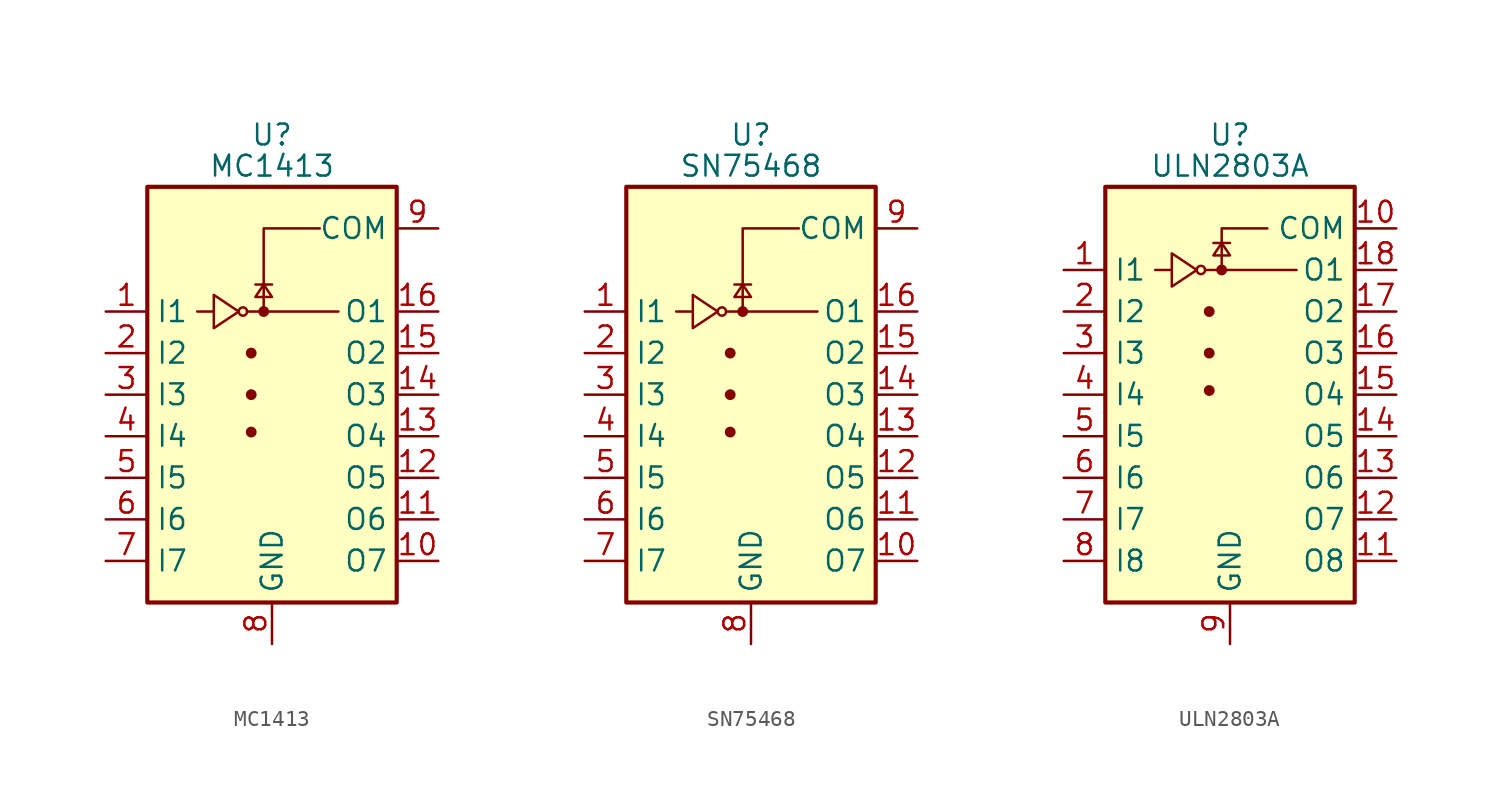
<source format=kicad_sym>
(kicad_symbol_lib
  (version 20201005)
  (generator kicad_symbol_editor)
  (symbol "MC1413"
    (property "Reference" "U"
      (at 0 15.875 0)
      (effects (font (size 1.27 1.27))))
    (property "Value" "MC1413"
      (at 0 13.97 0)
      (effects (font (size 1.27 1.27))))
    (symbol "MC1413_0_1"
      (circle (center -1.778 5.08) (radius 0.254) (stroke (width 0)) (fill (type none)))
      (circle (center -1.27 -2.286) (radius 0.254) (stroke (width 0)) (fill (type outline)))
      (circle (center -1.27 0) (radius 0.254) (stroke (width 0)) (fill (type outline)))
      (circle (center -1.27 2.54) (radius 0.254) (stroke (width 0)) (fill (type outline)))
      (circle (center -0.508 5.08) (radius 0.254) (stroke (width 0)) (fill (type outline)))
      (rectangle (start -7.62 -12.7) (end 7.62 12.7) (stroke (width 0.254)) (fill (type background)))
      (polyline (pts (xy -4.572 5.08) (xy -3.556 5.08)) (stroke (width 0)) (fill (type none)))
      (polyline (pts (xy -1.524 5.08) (xy 4.064 5.08)) (stroke (width 0)) (fill (type none)))
      (polyline (pts (xy 0 6.731) (xy -1.016 6.731)) (stroke (width 0)) (fill (type none)))
      (polyline (pts (xy -0.508 5.08) (xy -0.508 10.16) (xy 2.921 10.16)) (stroke (width 0)) (fill (type none)))
      (polyline (pts (xy -3.556 6.096) (xy -3.556 4.064) (xy -2.032 5.08) (xy -3.556 6.096)) (stroke (width 0)) (fill (type none)))
      (polyline (pts (xy 0 5.969) (xy -1.016 5.969) (xy -0.508 6.731) (xy 0 5.969)) (stroke (width 0)) (fill (type none))))
    (symbol "MC1413_1_1"
      (pin input line (at -10.16 5.08 0) (length 2.54) (name "I1" (effects (font (size 1.27 1.27)))) (number "1" (effects (font (size 1.27 1.27)))))
      (pin open_collector line (at 10.16 -10.16 180) (length 2.54) (name "O7" (effects (font (size 1.27 1.27)))) (number "10" (effects (font (size 1.27 1.27)))))
      (pin open_collector line (at 10.16 -7.62 180) (length 2.54) (name "O6" (effects (font (size 1.27 1.27)))) (number "11" (effects (font (size 1.27 1.27)))))
      (pin open_collector line (at 10.16 -5.08 180) (length 2.54) (name "O5" (effects (font (size 1.27 1.27)))) (number "12" (effects (font (size 1.27 1.27)))))
      (pin open_collector line (at 10.16 -2.54 180) (length 2.54) (name "O4" (effects (font (size 1.27 1.27)))) (number "13" (effects (font (size 1.27 1.27)))))
      (pin open_collector line (at 10.16 0 180) (length 2.54) (name "O3" (effects (font (size 1.27 1.27)))) (number "14" (effects (font (size 1.27 1.27)))))
      (pin open_collector line (at 10.16 2.54 180) (length 2.54) (name "O2" (effects (font (size 1.27 1.27)))) (number "15" (effects (font (size 1.27 1.27)))))
      (pin open_collector line (at 10.16 5.08 180) (length 2.54) (name "O1" (effects (font (size 1.27 1.27)))) (number "16" (effects (font (size 1.27 1.27)))))
      (pin input line (at -10.16 2.54 0) (length 2.54) (name "I2" (effects (font (size 1.27 1.27)))) (number "2" (effects (font (size 1.27 1.27)))))
      (pin input line (at -10.16 0 0) (length 2.54) (name "I3" (effects (font (size 1.27 1.27)))) (number "3" (effects (font (size 1.27 1.27)))))
      (pin input line (at -10.16 -2.54 0) (length 2.54) (name "I4" (effects (font (size 1.27 1.27)))) (number "4" (effects (font (size 1.27 1.27)))))
      (pin input line (at -10.16 -5.08 0) (length 2.54) (name "I5" (effects (font (size 1.27 1.27)))) (number "5" (effects (font (size 1.27 1.27)))))
      (pin input line (at -10.16 -7.62 0) (length 2.54) (name "I6" (effects (font (size 1.27 1.27)))) (number "6" (effects (font (size 1.27 1.27)))))
      (pin input line (at -10.16 -10.16 0) (length 2.54) (name "I7" (effects (font (size 1.27 1.27)))) (number "7" (effects (font (size 1.27 1.27)))))
      (pin power_in line (at 0 -15.24 90) (length 2.54) (name "GND" (effects (font (size 1.27 1.27)))) (number "8" (effects (font (size 1.27 1.27)))))
      (pin passive line (at 10.16 10.16 180) (length 2.54) (name "COM" (effects (font (size 1.27 1.27)))) (number "9" (effects (font (size 1.27 1.27)))))))
  (symbol "SN75468"
    (property "Reference" "U"
      (at 0 15.875 0)
      (effects (font (size 1.27 1.27))))
    (property "Value" "SN75468"
      (at 0 13.97 0)
      (effects (font (size 1.27 1.27))))
    (symbol "SN75468_0_1"
      (circle (center -1.778 5.08) (radius 0.254) (stroke (width 0)) (fill (type none)))
      (circle (center -1.27 -2.286) (radius 0.254) (stroke (width 0)) (fill (type outline)))
      (circle (center -1.27 0) (radius 0.254) (stroke (width 0)) (fill (type outline)))
      (circle (center -1.27 2.54) (radius 0.254) (stroke (width 0)) (fill (type outline)))
      (circle (center -0.508 5.08) (radius 0.254) (stroke (width 0)) (fill (type outline)))
      (rectangle (start -7.62 -12.7) (end 7.62 12.7) (stroke (width 0.254)) (fill (type background)))
      (polyline (pts (xy -4.572 5.08) (xy -3.556 5.08)) (stroke (width 0)) (fill (type none)))
      (polyline (pts (xy -1.524 5.08) (xy 4.064 5.08)) (stroke (width 0)) (fill (type none)))
      (polyline (pts (xy 0 6.731) (xy -1.016 6.731)) (stroke (width 0)) (fill (type none)))
      (polyline (pts (xy -0.508 5.08) (xy -0.508 10.16) (xy 2.921 10.16)) (stroke (width 0)) (fill (type none)))
      (polyline (pts (xy -3.556 6.096) (xy -3.556 4.064) (xy -2.032 5.08) (xy -3.556 6.096)) (stroke (width 0)) (fill (type none)))
      (polyline (pts (xy 0 5.969) (xy -1.016 5.969) (xy -0.508 6.731) (xy 0 5.969)) (stroke (width 0)) (fill (type none))))
    (symbol "SN75468_1_1"
      (pin input line (at -10.16 5.08 0) (length 2.54) (name "I1" (effects (font (size 1.27 1.27)))) (number "1" (effects (font (size 1.27 1.27)))))
      (pin open_collector line (at 10.16 -10.16 180) (length 2.54) (name "O7" (effects (font (size 1.27 1.27)))) (number "10" (effects (font (size 1.27 1.27)))))
      (pin open_collector line (at 10.16 -7.62 180) (length 2.54) (name "O6" (effects (font (size 1.27 1.27)))) (number "11" (effects (font (size 1.27 1.27)))))
      (pin open_collector line (at 10.16 -5.08 180) (length 2.54) (name "O5" (effects (font (size 1.27 1.27)))) (number "12" (effects (font (size 1.27 1.27)))))
      (pin open_collector line (at 10.16 -2.54 180) (length 2.54) (name "O4" (effects (font (size 1.27 1.27)))) (number "13" (effects (font (size 1.27 1.27)))))
      (pin open_collector line (at 10.16 0 180) (length 2.54) (name "O3" (effects (font (size 1.27 1.27)))) (number "14" (effects (font (size 1.27 1.27)))))
      (pin open_collector line (at 10.16 2.54 180) (length 2.54) (name "O2" (effects (font (size 1.27 1.27)))) (number "15" (effects (font (size 1.27 1.27)))))
      (pin open_collector line (at 10.16 5.08 180) (length 2.54) (name "O1" (effects (font (size 1.27 1.27)))) (number "16" (effects (font (size 1.27 1.27)))))
      (pin input line (at -10.16 2.54 0) (length 2.54) (name "I2" (effects (font (size 1.27 1.27)))) (number "2" (effects (font (size 1.27 1.27)))))
      (pin input line (at -10.16 0 0) (length 2.54) (name "I3" (effects (font (size 1.27 1.27)))) (number "3" (effects (font (size 1.27 1.27)))))
      (pin input line (at -10.16 -2.54 0) (length 2.54) (name "I4" (effects (font (size 1.27 1.27)))) (number "4" (effects (font (size 1.27 1.27)))))
      (pin input line (at -10.16 -5.08 0) (length 2.54) (name "I5" (effects (font (size 1.27 1.27)))) (number "5" (effects (font (size 1.27 1.27)))))
      (pin input line (at -10.16 -7.62 0) (length 2.54) (name "I6" (effects (font (size 1.27 1.27)))) (number "6" (effects (font (size 1.27 1.27)))))
      (pin input line (at -10.16 -10.16 0) (length 2.54) (name "I7" (effects (font (size 1.27 1.27)))) (number "7" (effects (font (size 1.27 1.27)))))
      (pin power_in line (at 0 -15.24 90) (length 2.54) (name "GND" (effects (font (size 1.27 1.27)))) (number "8" (effects (font (size 1.27 1.27)))))
      (pin passive line (at 10.16 10.16 180) (length 2.54) (name "COM" (effects (font (size 1.27 1.27)))) (number "9" (effects (font (size 1.27 1.27)))))))
  (symbol "ULN2803A"
    (property "Reference" "U"
      (at 0 13.335 0)
      (effects (font (size 1.27 1.27))))
    (property "Value" "ULN2803A"
      (at 0 11.43 0)
      (effects (font (size 1.27 1.27))))
    (symbol "ULN2803A_0_1"
      (circle (center -1.778 5.08) (radius 0.254) (stroke (width 0)) (fill (type none)))
      (circle (center -1.27 -2.286) (radius 0.254) (stroke (width 0)) (fill (type outline)))
      (circle (center -1.27 0) (radius 0.254) (stroke (width 0)) (fill (type outline)))
      (circle (center -1.27 2.54) (radius 0.254) (stroke (width 0)) (fill (type outline)))
      (circle (center -0.508 5.08) (radius 0.254) (stroke (width 0)) (fill (type outline)))
      (rectangle (start -7.62 -15.24) (end 7.62 10.16) (stroke (width 0.254)) (fill (type background)))
      (polyline (pts (xy -4.572 5.08) (xy -3.556 5.08)) (stroke (width 0)) (fill (type none)))
      (polyline (pts (xy -1.524 5.08) (xy 4.064 5.08)) (stroke (width 0)) (fill (type none)))
      (polyline (pts (xy 0 6.731) (xy -1.016 6.731)) (stroke (width 0)) (fill (type none)))
      (polyline (pts (xy -0.508 5.08) (xy -0.508 7.62) (xy 2.286 7.62)) (stroke (width 0)) (fill (type none)))
      (polyline (pts (xy -3.556 6.096) (xy -3.556 4.064) (xy -2.032 5.08) (xy -3.556 6.096)) (stroke (width 0)) (fill (type none)))
      (polyline (pts (xy 0 5.969) (xy -1.016 5.969) (xy -0.508 6.731) (xy 0 5.969)) (stroke (width 0)) (fill (type none))))
    (symbol "ULN2803A_1_1"
      (pin input line (at -10.16 5.08 0) (length 2.54) (name "I1" (effects (font (size 1.27 1.27)))) (number "1" (effects (font (size 1.27 1.27)))))
      (pin passive line (at 10.16 7.62 180) (length 2.54) (name "COM" (effects (font (size 1.27 1.27)))) (number "10" (effects (font (size 1.27 1.27)))))
      (pin open_collector line (at 10.16 -12.7 180) (length 2.54) (name "O8" (effects (font (size 1.27 1.27)))) (number "11" (effects (font (size 1.27 1.27)))))
      (pin open_collector line (at 10.16 -10.16 180) (length 2.54) (name "O7" (effects (font (size 1.27 1.27)))) (number "12" (effects (font (size 1.27 1.27)))))
      (pin open_collector line (at 10.16 -7.62 180) (length 2.54) (name "O6" (effects (font (size 1.27 1.27)))) (number "13" (effects (font (size 1.27 1.27)))))
      (pin open_collector line (at 10.16 -5.08 180) (length 2.54) (name "O5" (effects (font (size 1.27 1.27)))) (number "14" (effects (font (size 1.27 1.27)))))
      (pin open_collector line (at 10.16 -2.54 180) (length 2.54) (name "O4" (effects (font (size 1.27 1.27)))) (number "15" (effects (font (size 1.27 1.27)))))
      (pin open_collector line (at 10.16 0 180) (length 2.54) (name "O3" (effects (font (size 1.27 1.27)))) (number "16" (effects (font (size 1.27 1.27)))))
      (pin open_collector line (at 10.16 2.54 180) (length 2.54) (name "O2" (effects (font (size 1.27 1.27)))) (number "17" (effects (font (size 1.27 1.27)))))
      (pin open_collector line (at 10.16 5.08 180) (length 2.54) (name "O1" (effects (font (size 1.27 1.27)))) (number "18" (effects (font (size 1.27 1.27)))))
      (pin input line (at -10.16 2.54 0) (length 2.54) (name "I2" (effects (font (size 1.27 1.27)))) (number "2" (effects (font (size 1.27 1.27)))))
      (pin input line (at -10.16 0 0) (length 2.54) (name "I3" (effects (font (size 1.27 1.27)))) (number "3" (effects (font (size 1.27 1.27)))))
      (pin input line (at -10.16 -2.54 0) (length 2.54) (name "I4" (effects (font (size 1.27 1.27)))) (number "4" (effects (font (size 1.27 1.27)))))
      (pin input line (at -10.16 -5.08 0) (length 2.54) (name "I5" (effects (font (size 1.27 1.27)))) (number "5" (effects (font (size 1.27 1.27)))))
      (pin input line (at -10.16 -7.62 0) (length 2.54) (name "I6" (effects (font (size 1.27 1.27)))) (number "6" (effects (font (size 1.27 1.27)))))
      (pin input line (at -10.16 -10.16 0) (length 2.54) (name "I7" (effects (font (size 1.27 1.27)))) (number "7" (effects (font (size 1.27 1.27)))))
      (pin input line (at -10.16 -12.7 0) (length 2.54) (name "I8" (effects (font (size 1.27 1.27)))) (number "8" (effects (font (size 1.27 1.27)))))
      (pin power_in line (at 0 -17.78 90) (length 2.54) (name "GND" (effects (font (size 1.27 1.27)))) (number "9" (effects (font (size 1.27 1.27))))))))
</source>
